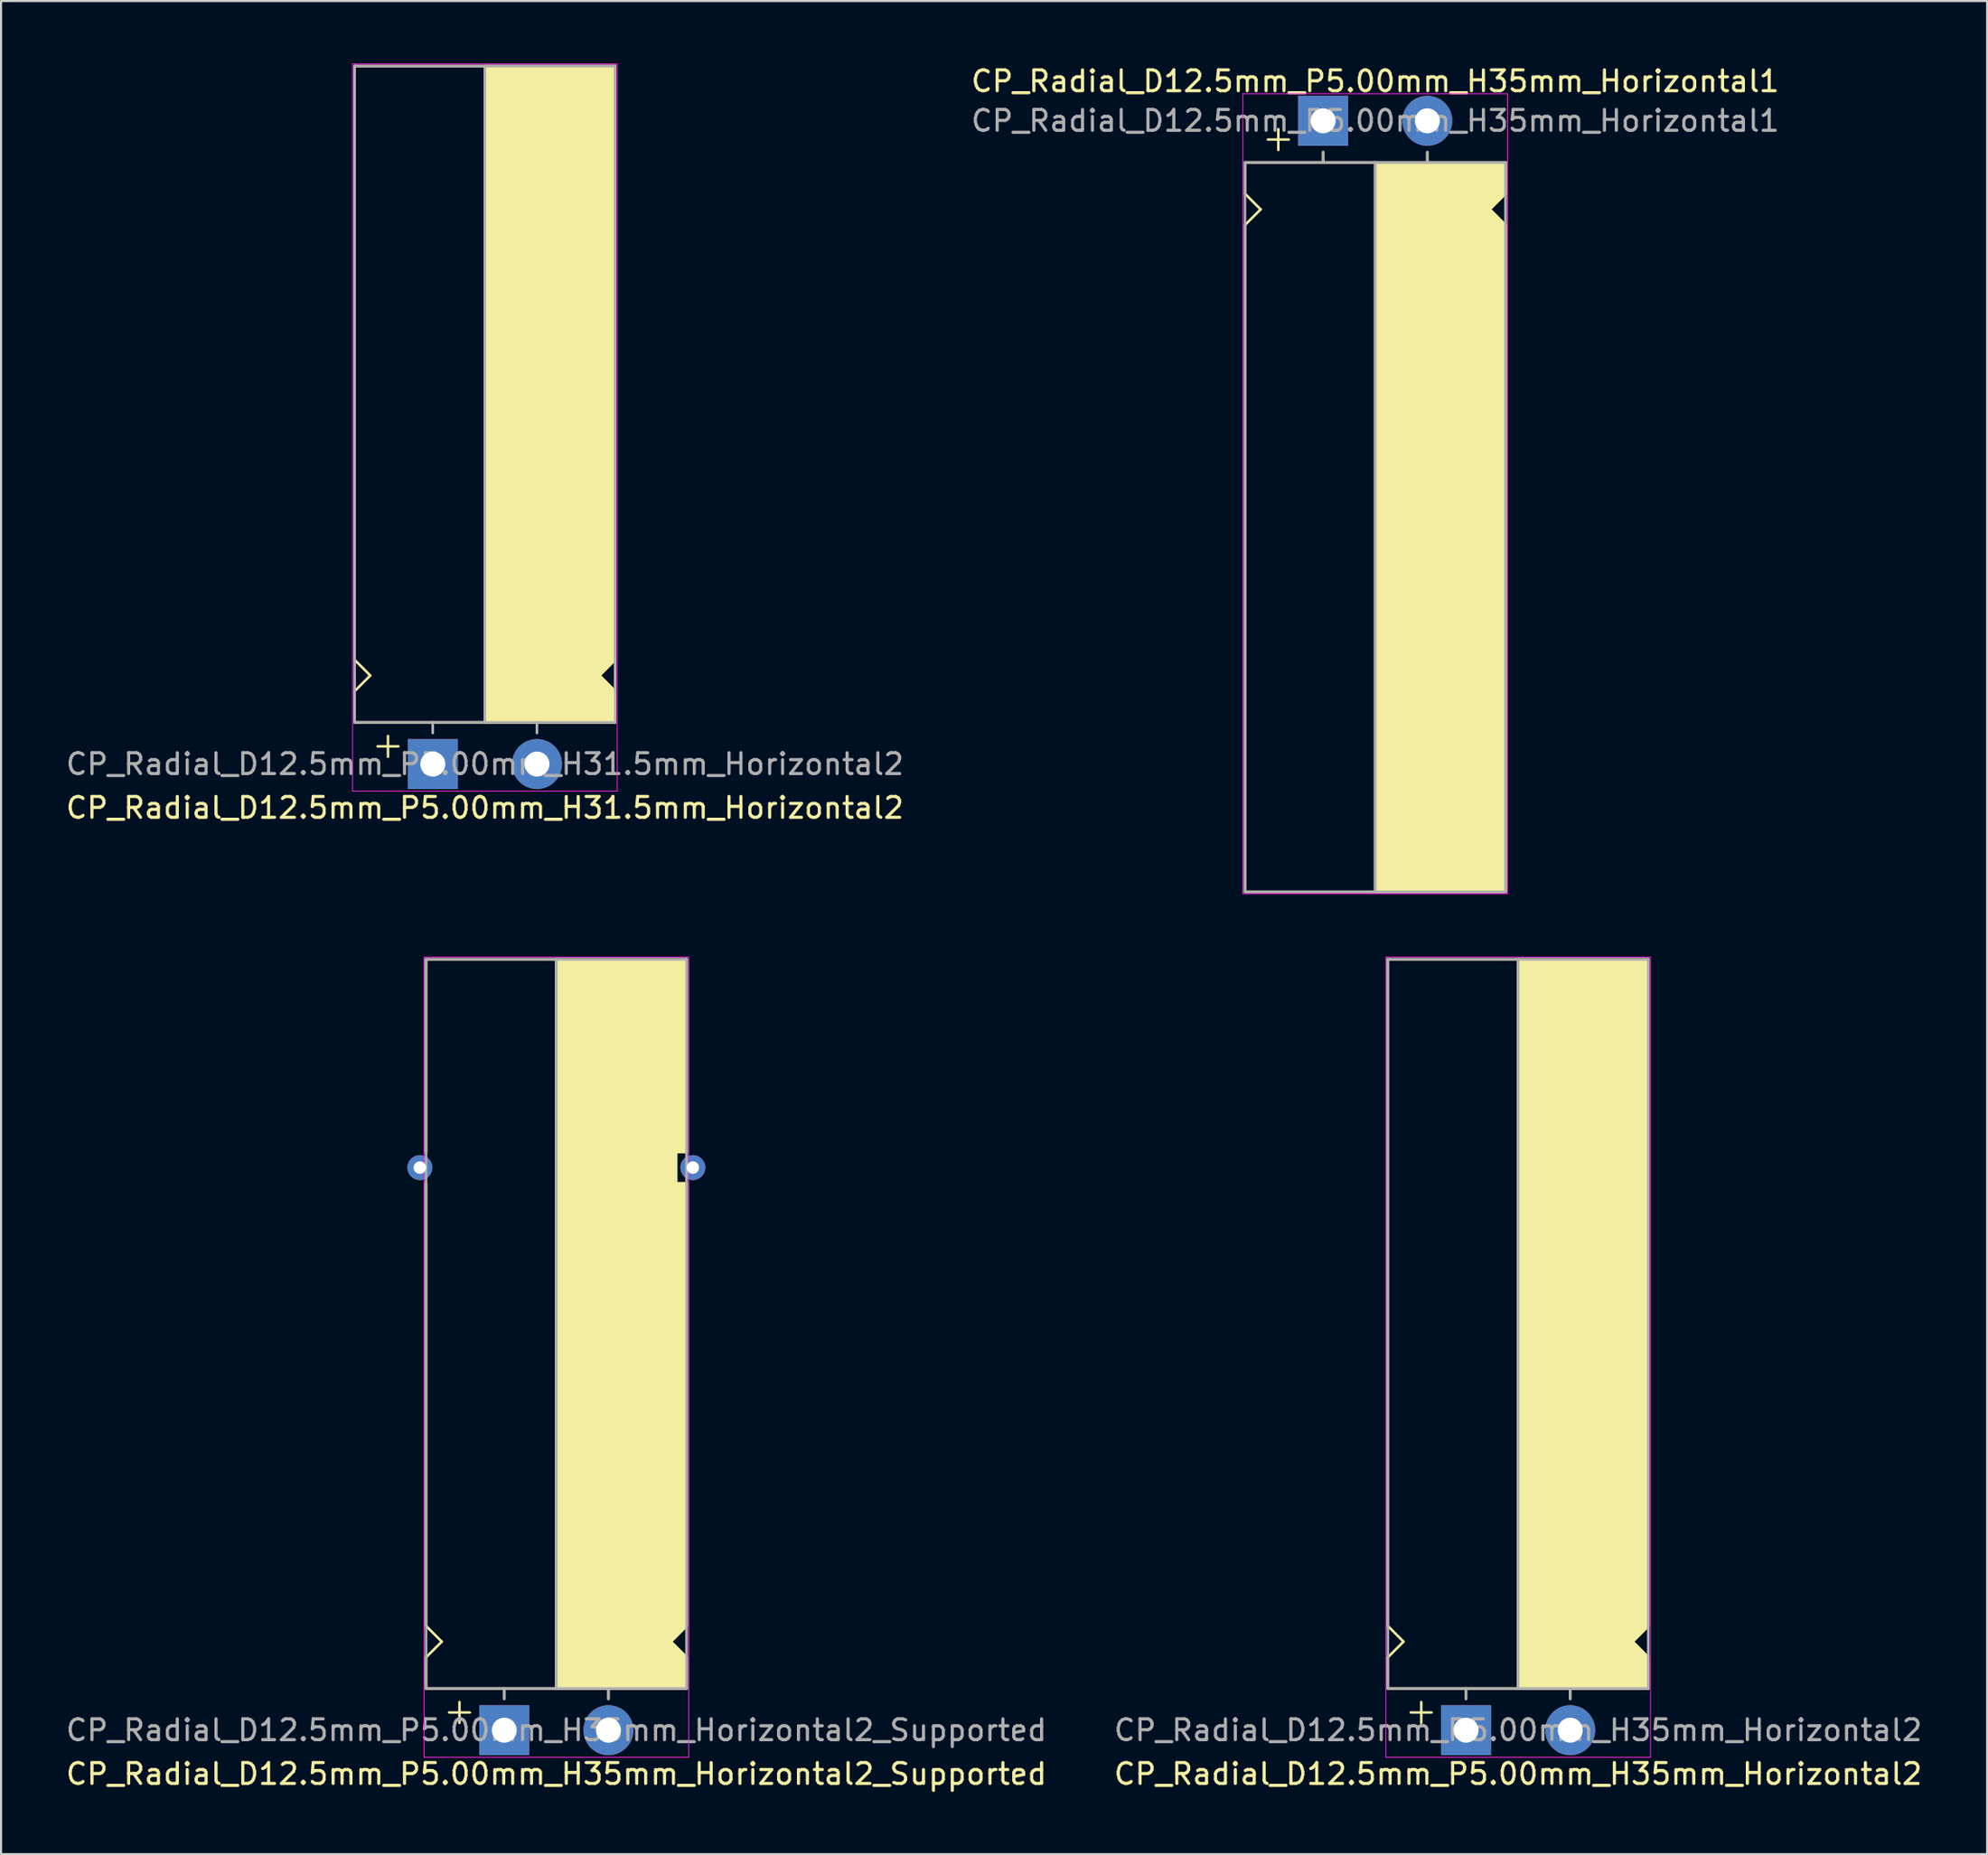
<source format=kicad_pcb>
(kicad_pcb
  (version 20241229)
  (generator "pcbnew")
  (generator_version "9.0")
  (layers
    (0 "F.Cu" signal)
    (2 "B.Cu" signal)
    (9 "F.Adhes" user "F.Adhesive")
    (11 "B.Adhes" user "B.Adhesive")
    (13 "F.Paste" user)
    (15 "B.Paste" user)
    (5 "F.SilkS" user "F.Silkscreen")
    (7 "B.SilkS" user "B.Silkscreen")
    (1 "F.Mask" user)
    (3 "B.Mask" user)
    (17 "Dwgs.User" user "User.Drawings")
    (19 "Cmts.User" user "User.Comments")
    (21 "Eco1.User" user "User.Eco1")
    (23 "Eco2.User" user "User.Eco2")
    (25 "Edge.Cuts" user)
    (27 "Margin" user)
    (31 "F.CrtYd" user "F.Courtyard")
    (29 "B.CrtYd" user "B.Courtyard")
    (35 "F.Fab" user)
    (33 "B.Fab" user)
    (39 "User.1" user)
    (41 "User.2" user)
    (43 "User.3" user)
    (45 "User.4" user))
  (footprint "CP_Radial_D12.5mm_P5.00mm_H35mm_Horizontal2_Supported"
    (layer "F.Cu")
    (at 21.149 79.988)
    (property "Reference" "CP_Radial_D12.5mm_P5.00mm_H35mm_Horizontal2_Supported" (at 2.5 2.1 180) (layer "F.SilkS") (effects (font (size 1 1) (thickness 0.15))))
    (attr through_hole)
    (fp_line (start -3.75 -37) (end -3.75 -27.75) (stroke (width 0.12) (type solid)) (layer "F.SilkS"))
    (fp_line (start -3.75 -5) (end -3.75 -26.25) (stroke (width 0.12) (type solid)) (layer "F.SilkS"))
    (fp_line (start -3.75 -3.5) (end -3 -4.25) (stroke (width 0.12) (type solid)) (layer "F.SilkS"))
    (fp_line (start -3.75 -2) (end -3.75 -3.5) (stroke (width 0.12) (type solid)) (layer "F.SilkS"))
    (fp_line (start -3 -4.25) (end -3.75 -5) (stroke (width 0.12) (type solid)) (layer "F.SilkS"))
    (fp_line (start -2.15 -1.35) (end -2.15 -0.35) (stroke (width 0.12) (type solid)) (layer "F.SilkS"))
    (fp_line (start -1.65 -0.85) (end -2.65 -0.85) (stroke (width 0.12) (type solid)) (layer "F.SilkS"))
    (fp_line (start 0 -1.5) (end 0 -2) (stroke (width 0.12) (type solid)) (layer "F.SilkS"))
    (fp_line (start 2.5 -2) (end -3.75 -2) (stroke (width 0.12) (type solid)) (layer "F.SilkS"))
    (fp_line (start 2.5 -2) (end 2.5 -37) (stroke (width 0.12) (type solid)) (layer "F.SilkS"))
    (fp_line (start 2.5 -2) (end 8.75 -2) (stroke (width 0.12) (type solid)) (layer "F.SilkS"))
    (fp_line (start 5 -1.5) (end 5 -2) (stroke (width 0.12) (type solid)) (layer "F.SilkS"))
    (fp_line (start 8 -4.25) (end 8.75 -5) (stroke (width 0.12) (type solid)) (layer "F.SilkS"))
    (fp_line (start 8.25 -27.75) (end 8.25 -26.25) (stroke (width 0.12) (type solid)) (layer "F.SilkS"))
    (fp_line (start 8.25 -26.25) (end 8.75 -26.25) (stroke (width 0.12) (type solid)) (layer "F.SilkS"))
    (fp_line (start 8.75 -37) (end -3.75 -37) (stroke (width 0.12) (type solid)) (layer "F.SilkS"))
    (fp_line (start 8.75 -37) (end 8.75 -27.75) (stroke (width 0.12) (type solid)) (layer "F.SilkS"))
    (fp_line (start 8.75 -27.75) (end 8.25 -27.75) (stroke (width 0.12) (type solid)) (layer "F.SilkS"))
    (fp_line (start 8.75 -5) (end 8.75 -26.25) (stroke (width 0.12) (type solid)) (layer "F.SilkS"))
    (fp_line (start 8.75 -3.5) (end 8 -4.25) (stroke (width 0.12) (type solid)) (layer "F.SilkS"))
    (fp_line (start 8.75 -2) (end 8.75 -3.5) (stroke (width 0.12) (type solid)) (layer "F.SilkS"))
    (fp_poly (pts (xy 8.75 -3.5) (xy 8 -4.25) (xy 8.75 -5) (xy 8.75 -26.25) (xy 8.25 -26.25) (xy 8.25 -27.75) (xy 8.75 -27.75) (xy 8.75 -37) (xy 2.5 -37) (xy 2.5 -2) (xy 8.75 -2)) (stroke (width 0.1) (type solid)) (fill yes) (layer "F.SilkS"))
    (fp_line (start -3.85 -37.1) (end -3.85 1.3) (stroke (width 0.04) (type solid)) (layer "F.CrtYd"))
    (fp_line (start 8.85 -37.1) (end -3.85 -37.1) (stroke (width 0.04) (type solid)) (layer "F.CrtYd"))
    (fp_line (start 8.85 1.3) (end -3.85 1.3) (stroke (width 0.04) (type solid)) (layer "F.CrtYd"))
    (fp_line (start 8.85 1.3) (end 8.85 -37.1) (stroke (width 0.04) (type solid)) (layer "F.CrtYd"))
    (fp_line (start -3.75 -37) (end 8.75 -37) (stroke (width 0.12) (type solid)) (layer "F.Fab"))
    (fp_line (start -3.75 -2) (end -3.75 -37) (stroke (width 0.12) (type solid)) (layer "F.Fab"))
    (fp_line (start 0 -2) (end -3.75 -2) (stroke (width 0.12) (type solid)) (layer "F.Fab"))
    (fp_line (start 0 -1.5) (end 0 -2) (stroke (width 0.12) (type solid)) (layer "F.Fab"))
    (fp_line (start 2.5 -2) (end 2.5 -37) (stroke (width 0.12) (type solid)) (layer "F.Fab"))
    (fp_line (start 5 -2) (end 5 -1.5) (stroke (width 0.12) (type solid)) (layer "F.Fab"))
    (fp_line (start 8.75 -37) (end 8.75 -2) (stroke (width 0.12) (type solid)) (layer "F.Fab"))
    (fp_line (start 8.75 -2) (end 0 -2) (stroke (width 0.12) (type solid)) (layer "F.Fab"))
    (fp_poly (pts (xy 8.75 -37) (xy 2.5 -37) (xy 2.5 -2) (xy 8.75 -2)) (stroke (width 0.1) (type solid)) (fill no) (layer "F.Fab"))
    (fp_text user "${REFERENCE}" (at 2.5 0 0) (layer "F.Fab") (effects (font (size 1 1) (thickness 0.15))))
    (pad "" thru_hole circle (at -4.05 -27 180) (size 1.2 1.2) (drill 0.6) (layers "*.Cu" "*.Mask"))
    (pad "" thru_hole circle (at 9.05 -27 180) (size 1.2 1.2) (drill 0.6) (layers "*.Cu" "*.Mask"))
    (pad "1" thru_hole rect (at 0 0) (size 2.4 2.4) (drill 1.2) (layers "*.Cu" "*.Mask"))
    (pad "2" thru_hole circle (at 5 0) (size 2.4 2.4) (drill 1.2) (layers "*.Cu" "*.Mask")))
  (footprint "CP_Radial_D12.5mm_P5.00mm_H31.5mm_Horizontal2"
    (layer "F.Cu")
    (at 17.72 33.62)
    (property "Reference" "CP_Radial_D12.5mm_P5.00mm_H31.5mm_Horizontal2" (at 2.5 2.1 180) (layer "F.SilkS") (effects (font (size 1 1) (thickness 0.15))))
    (attr through_hole)
    (fp_line (start -3.75 -5) (end -3.75 -33.5) (stroke (width 0.12) (type solid)) (layer "F.SilkS"))
    (fp_line (start -3.75 -3.5) (end -3 -4.25) (stroke (width 0.12) (type solid)) (layer "F.SilkS"))
    (fp_line (start -3.75 -2) (end -3.75 -3.5) (stroke (width 0.12) (type solid)) (layer "F.SilkS"))
    (fp_line (start -3 -4.25) (end -3.75 -5) (stroke (width 0.12) (type solid)) (layer "F.SilkS"))
    (fp_line (start -2.15 -1.35) (end -2.15 -0.35) (stroke (width 0.12) (type solid)) (layer "F.SilkS"))
    (fp_line (start -1.65 -0.85) (end -2.65 -0.85) (stroke (width 0.12) (type solid)) (layer "F.SilkS"))
    (fp_line (start 0 -1.5) (end 0 -2) (stroke (width 0.12) (type solid)) (layer "F.SilkS"))
    (fp_line (start 2.5 -2) (end -3.75 -2) (stroke (width 0.12) (type solid)) (layer "F.SilkS"))
    (fp_line (start 2.5 -2) (end 2.5 -33.5) (stroke (width 0.12) (type solid)) (layer "F.SilkS"))
    (fp_line (start 2.5 -2) (end 8.75 -2) (stroke (width 0.12) (type solid)) (layer "F.SilkS"))
    (fp_line (start 5 -1.5) (end 5 -2) (stroke (width 0.12) (type solid)) (layer "F.SilkS"))
    (fp_line (start 8 -4.25) (end 8.75 -5) (stroke (width 0.12) (type solid)) (layer "F.SilkS"))
    (fp_line (start 8.75 -33.5) (end -3.75 -33.5) (stroke (width 0.12) (type solid)) (layer "F.SilkS"))
    (fp_line (start 8.75 -5) (end 8.75 -33.5) (stroke (width 0.12) (type solid)) (layer "F.SilkS"))
    (fp_line (start 8.75 -3.5) (end 8 -4.25) (stroke (width 0.12) (type solid)) (layer "F.SilkS"))
    (fp_line (start 8.75 -2) (end 8.75 -3.5) (stroke (width 0.12) (type solid)) (layer "F.SilkS"))
    (fp_poly (pts (xy 8.75 -3.5) (xy 8 -4.25) (xy 8.75 -5) (xy 8.75 -33.5) (xy 2.5 -33.5) (xy 2.5 -2) (xy 8.75 -2)) (stroke (width 0.1) (type solid)) (fill yes) (layer "F.SilkS"))
    (fp_line (start -3.85 -33.6) (end -3.85 1.3) (stroke (width 0.04) (type solid)) (layer "F.CrtYd"))
    (fp_line (start 8.85 -33.6) (end -3.85 -33.6) (stroke (width 0.04) (type solid)) (layer "F.CrtYd"))
    (fp_line (start 8.85 1.3) (end -3.85 1.3) (stroke (width 0.04) (type solid)) (layer "F.CrtYd"))
    (fp_line (start 8.85 1.3) (end 8.85 -33.6) (stroke (width 0.04) (type solid)) (layer "F.CrtYd"))
    (fp_line (start -3.75 -33.5) (end 8.75 -33.5) (stroke (width 0.12) (type solid)) (layer "F.Fab"))
    (fp_line (start -3.75 -2) (end -3.75 -33.5) (stroke (width 0.12) (type solid)) (layer "F.Fab"))
    (fp_line (start 0 -2) (end -3.75 -2) (stroke (width 0.12) (type solid)) (layer "F.Fab"))
    (fp_line (start 0 -1.5) (end 0 -2) (stroke (width 0.12) (type solid)) (layer "F.Fab"))
    (fp_line (start 2.5 -2) (end 2.5 -33.5) (stroke (width 0.12) (type solid)) (layer "F.Fab"))
    (fp_line (start 5 -2) (end 5 -1.5) (stroke (width 0.12) (type solid)) (layer "F.Fab"))
    (fp_line (start 8.75 -33.5) (end 8.75 -3.5) (stroke (width 0.12) (type solid)) (layer "F.Fab"))
    (fp_line (start 8.75 -2) (end 0 -2) (stroke (width 0.12) (type solid)) (layer "F.Fab"))
    (fp_poly (pts (xy 8.75 -33.5) (xy 2.5 -33.5) (xy 2.5 -2) (xy 8.75 -2)) (stroke (width 0.1) (type solid)) (fill no) (layer "F.Fab"))
    (fp_text user "${REFERENCE}" (at 2.5 0 0) (layer "F.Fab") (effects (font (size 1 1) (thickness 0.15))))
    (pad "1" thru_hole rect (at 0 0) (size 2.4 2.4) (drill 1.2) (layers "*.Cu" "*.Mask"))
    (pad "2" thru_hole circle (at 5 0) (size 2.4 2.4) (drill 1.2) (layers "*.Cu" "*.Mask")))
  (footprint "CP_Radial_D12.5mm_P5.00mm_H35mm_Horizontal2"
    (layer "F.Cu")
    (at 67.304 79.988)
    (property "Reference" "CP_Radial_D12.5mm_P5.00mm_H35mm_Horizontal2" (at 2.5 2.1 180) (layer "F.SilkS") (effects (font (size 1 1) (thickness 0.15))))
    (attr through_hole)
    (fp_line (start -3.75 -5) (end -3.75 -37) (stroke (width 0.12) (type solid)) (layer "F.SilkS"))
    (fp_line (start -3.75 -3.5) (end -3 -4.25) (stroke (width 0.12) (type solid)) (layer "F.SilkS"))
    (fp_line (start -3.75 -2) (end -3.75 -3.5) (stroke (width 0.12) (type solid)) (layer "F.SilkS"))
    (fp_line (start -3 -4.25) (end -3.75 -5) (stroke (width 0.12) (type solid)) (layer "F.SilkS"))
    (fp_line (start -2.15 -1.35) (end -2.15 -0.35) (stroke (width 0.12) (type solid)) (layer "F.SilkS"))
    (fp_line (start -1.65 -0.85) (end -2.65 -0.85) (stroke (width 0.12) (type solid)) (layer "F.SilkS"))
    (fp_line (start 0 -1.5) (end 0 -2) (stroke (width 0.12) (type solid)) (layer "F.SilkS"))
    (fp_line (start 2.5 -2) (end -3.75 -2) (stroke (width 0.12) (type solid)) (layer "F.SilkS"))
    (fp_line (start 2.5 -2) (end 2.5 -37) (stroke (width 0.12) (type solid)) (layer "F.SilkS"))
    (fp_line (start 2.5 -2) (end 8.75 -2) (stroke (width 0.12) (type solid)) (layer "F.SilkS"))
    (fp_line (start 5 -1.5) (end 5 -2) (stroke (width 0.12) (type solid)) (layer "F.SilkS"))
    (fp_line (start 8 -4.25) (end 8.75 -5) (stroke (width 0.12) (type solid)) (layer "F.SilkS"))
    (fp_line (start 8.75 -37) (end -3.75 -37) (stroke (width 0.12) (type solid)) (layer "F.SilkS"))
    (fp_line (start 8.75 -5) (end 8.75 -37) (stroke (width 0.12) (type solid)) (layer "F.SilkS"))
    (fp_line (start 8.75 -3.5) (end 8 -4.25) (stroke (width 0.12) (type solid)) (layer "F.SilkS"))
    (fp_line (start 8.75 -2) (end 8.75 -3.5) (stroke (width 0.12) (type solid)) (layer "F.SilkS"))
    (fp_poly (pts (xy 8.75 -3.5) (xy 8 -4.25) (xy 8.75 -5) (xy 8.75 -37) (xy 2.5 -37) (xy 2.5 -2) (xy 8.75 -2)) (stroke (width 0.1) (type solid)) (fill yes) (layer "F.SilkS"))
    (fp_line (start -3.85 -37.1) (end -3.85 1.3) (stroke (width 0.04) (type solid)) (layer "F.CrtYd"))
    (fp_line (start 8.85 -37.1) (end -3.85 -37.1) (stroke (width 0.04) (type solid)) (layer "F.CrtYd"))
    (fp_line (start 8.85 1.3) (end -3.85 1.3) (stroke (width 0.04) (type solid)) (layer "F.CrtYd"))
    (fp_line (start 8.85 1.3) (end 8.85 -37.1) (stroke (width 0.04) (type solid)) (layer "F.CrtYd"))
    (fp_line (start -3.75 -37) (end 8.75 -37) (stroke (width 0.12) (type solid)) (layer "F.Fab"))
    (fp_line (start -3.75 -2) (end -3.75 -37) (stroke (width 0.12) (type solid)) (layer "F.Fab"))
    (fp_line (start 0 -2) (end -3.75 -2) (stroke (width 0.12) (type solid)) (layer "F.Fab"))
    (fp_line (start 0 -1.5) (end 0 -2) (stroke (width 0.12) (type solid)) (layer "F.Fab"))
    (fp_line (start 2.5 -2) (end 2.5 -37) (stroke (width 0.12) (type solid)) (layer "F.Fab"))
    (fp_line (start 5 -2) (end 5 -1.5) (stroke (width 0.12) (type solid)) (layer "F.Fab"))
    (fp_line (start 8.75 -37) (end 8.75 -2) (stroke (width 0.12) (type solid)) (layer "F.Fab"))
    (fp_line (start 8.75 -2) (end 0 -2) (stroke (width 0.12) (type solid)) (layer "F.Fab"))
    (fp_poly (pts (xy 8.75 -37) (xy 2.5 -37) (xy 2.5 -2) (xy 8.75 -2)) (stroke (width 0.1) (type solid)) (fill no) (layer "F.Fab"))
    (fp_text user "${REFERENCE}" (at 2.5 0 0) (layer "F.Fab") (effects (font (size 1 1) (thickness 0.15))))
    (pad "1" thru_hole rect (at 0 0) (size 2.4 2.4) (drill 1.2) (layers "*.Cu" "*.Mask"))
    (pad "2" thru_hole circle (at 5 0) (size 2.4 2.4) (drill 1.2) (layers "*.Cu" "*.Mask")))
  (footprint "CP_Radial_D12.5mm_P5.00mm_H35mm_Horizontal1"
    (layer "F.Cu")
    (at 60.446 2.748)
    (property "Reference" "CP_Radial_D12.5mm_P5.00mm_H35mm_Horizontal1" (at 2.5 -1.9 180) (layer "F.SilkS") (effects (font (size 1 1) (thickness 0.15))))
    (attr through_hole)
    (fp_line (start -3.75 2) (end -3.75 3.5) (stroke (width 0.12) (type solid)) (layer "F.SilkS"))
    (fp_line (start -3.75 3.5) (end -3 4.25) (stroke (width 0.12) (type solid)) (layer "F.SilkS"))
    (fp_line (start -3.75 5) (end -3.75 37) (stroke (width 0.12) (type solid)) (layer "F.SilkS"))
    (fp_line (start -3 4.25) (end -3.75 5) (stroke (width 0.12) (type solid)) (layer "F.SilkS"))
    (fp_line (start -2.15 0.4) (end -2.15 1.4) (stroke (width 0.12) (type solid)) (layer "F.SilkS"))
    (fp_line (start -1.65 0.9) (end -2.65 0.9) (stroke (width 0.12) (type solid)) (layer "F.SilkS"))
    (fp_line (start 0 1.5) (end 0 2) (stroke (width 0.12) (type solid)) (layer "F.SilkS"))
    (fp_line (start 2.5 2) (end -3.75 2) (stroke (width 0.12) (type solid)) (layer "F.SilkS"))
    (fp_line (start 2.5 2) (end 2.5 37) (stroke (width 0.12) (type solid)) (layer "F.SilkS"))
    (fp_line (start 2.5 2) (end 8.75 2) (stroke (width 0.12) (type solid)) (layer "F.SilkS"))
    (fp_line (start 5 1.5) (end 5 2) (stroke (width 0.12) (type solid)) (layer "F.SilkS"))
    (fp_line (start 8 4.25) (end 8.75 5) (stroke (width 0.12) (type solid)) (layer "F.SilkS"))
    (fp_line (start 8.75 2) (end 8.75 3.5) (stroke (width 0.12) (type solid)) (layer "F.SilkS"))
    (fp_line (start 8.75 3.5) (end 8 4.25) (stroke (width 0.12) (type solid)) (layer "F.SilkS"))
    (fp_line (start 8.75 5) (end 8.75 37) (stroke (width 0.12) (type solid)) (layer "F.SilkS"))
    (fp_line (start 8.75 37) (end -3.75 37) (stroke (width 0.12) (type solid)) (layer "F.SilkS"))
    (fp_poly (pts (xy 8.75 3.5) (xy 8 4.25) (xy 8.75 5) (xy 8.75 37) (xy 2.5 37) (xy 2.5 2) (xy 8.75 2)) (stroke (width 0.1) (type solid)) (fill yes) (layer "F.SilkS"))
    (fp_line (start -3.85 -1.3) (end 8.85 -1.3) (stroke (width 0.04) (type solid)) (layer "F.CrtYd"))
    (fp_line (start -3.85 37.1) (end -3.85 -1.3) (stroke (width 0.04) (type solid)) (layer "F.CrtYd"))
    (fp_line (start 8.85 -1.3) (end 8.85 37.1) (stroke (width 0.04) (type solid)) (layer "F.CrtYd"))
    (fp_line (start 8.85 37.1) (end -3.85 37.1) (stroke (width 0.04) (type solid)) (layer "F.CrtYd"))
    (fp_line (start -3.75 2) (end -3.75 37) (stroke (width 0.12) (type solid)) (layer "F.Fab"))
    (fp_line (start -3.75 37) (end 8.75 37) (stroke (width 0.12) (type solid)) (layer "F.Fab"))
    (fp_line (start 0 1.5) (end 0 2) (stroke (width 0.12) (type solid)) (layer "F.Fab"))
    (fp_line (start 0 2) (end -3.75 2) (stroke (width 0.12) (type solid)) (layer "F.Fab"))
    (fp_line (start 2.5 2) (end 2.5 37) (stroke (width 0.12) (type solid)) (layer "F.Fab"))
    (fp_line (start 5 2) (end 5 1.5) (stroke (width 0.12) (type solid)) (layer "F.Fab"))
    (fp_line (start 8.75 2) (end 0 2) (stroke (width 0.12) (type solid)) (layer "F.Fab"))
    (fp_line (start 8.75 37) (end 8.75 2) (stroke (width 0.12) (type solid)) (layer "F.Fab"))
    (fp_poly (pts (xy 8.75 37) (xy 2.5 37) (xy 2.5 2) (xy 8.75 2)) (stroke (width 0.1) (type solid)) (fill no) (layer "F.Fab"))
    (fp_text user "${REFERENCE}" (at 2.5 0 0) (layer "F.Fab") (effects (font (size 1 1) (thickness 0.15))))
    (pad "1" thru_hole rect (at 0 0) (size 2.4 2.4) (drill 1.2) (layers "*.Cu" "*.Mask"))
    (pad "2" thru_hole circle (at 5 0) (size 2.4 2.4) (drill 1.2) (layers "*.Cu" "*.Mask")))
  (gr_rect
    (start -3 -3)
    (end 92.31 85.936)
    (stroke (width 0.1) (type default))
    (fill no)
    (layer "Edge.Cuts")))
</source>
